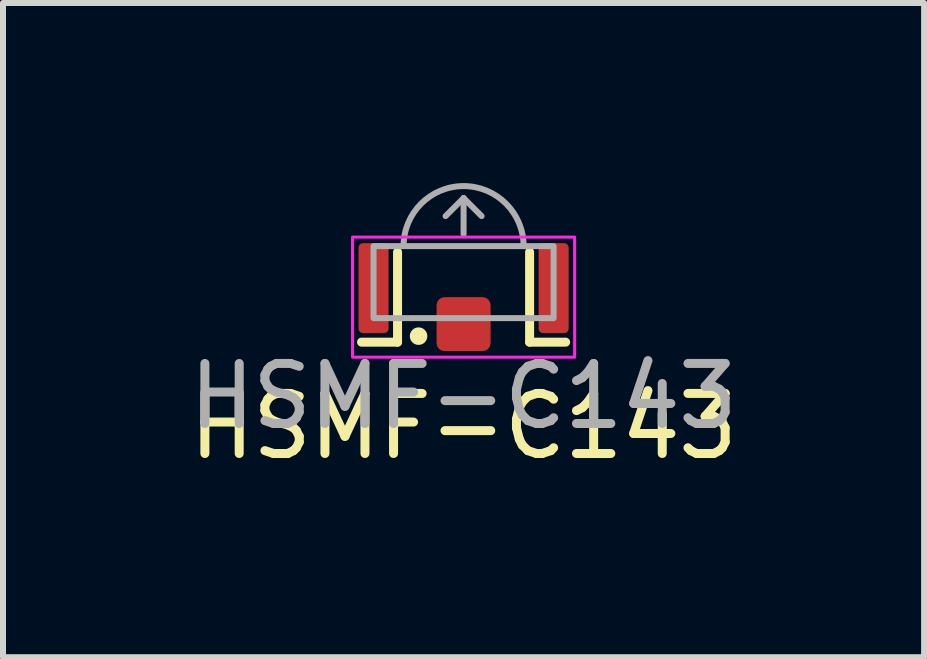
<source format=kicad_pcb>
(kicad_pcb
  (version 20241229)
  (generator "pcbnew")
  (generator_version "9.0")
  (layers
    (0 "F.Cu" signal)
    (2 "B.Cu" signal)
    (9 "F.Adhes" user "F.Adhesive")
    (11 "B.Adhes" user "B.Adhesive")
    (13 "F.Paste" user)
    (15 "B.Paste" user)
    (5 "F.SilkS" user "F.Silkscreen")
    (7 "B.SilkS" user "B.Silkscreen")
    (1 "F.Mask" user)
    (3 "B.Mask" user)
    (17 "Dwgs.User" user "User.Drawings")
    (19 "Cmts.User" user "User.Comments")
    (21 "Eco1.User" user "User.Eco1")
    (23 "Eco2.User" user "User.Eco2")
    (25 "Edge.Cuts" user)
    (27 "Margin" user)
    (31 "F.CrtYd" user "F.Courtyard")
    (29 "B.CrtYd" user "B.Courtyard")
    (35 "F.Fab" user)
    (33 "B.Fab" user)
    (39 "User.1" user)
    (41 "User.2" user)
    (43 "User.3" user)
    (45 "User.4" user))
  (footprint "HSMF-C143"
    (layer "F.Cu")
    (at 4.673 1.05)
    (property "Reference" "HSMF-C143" (at 0 3 0) (unlocked yes) (layer "F.SilkS") (effects (font (size 1 1) (thickness 0.15))))
    (attr smd)
    (fp_line (start -1.1 0.1) (end -1.1 1.6) (stroke (width 0.15) (type default)) (layer "F.SilkS"))
    (fp_line (start -1.1 1.6) (end -1.7 1.6) (stroke (width 0.15) (type default)) (layer "F.SilkS"))
    (fp_line (start 1.1 0.1) (end 1.1 1.6) (stroke (width 0.15) (type default)) (layer "F.SilkS"))
    (fp_line (start 1.1 1.6) (end 1.7 1.6) (stroke (width 0.15) (type default)) (layer "F.SilkS"))
    (fp_circle (center -0.75 1.5) (end -0.679 1.5) (stroke (width 0.15) (type solid)) (fill yes) (layer "F.SilkS"))
    (fp_rect (start -1.85 -0.15) (end 1.85 1.85) (stroke (width 0.05) (type default)) (fill no) (layer "F.CrtYd"))
    (fp_line (start -0.3 -0.5) (end 0 -0.8) (stroke (width 0.1) (type default)) (layer "F.Fab"))
    (fp_line (start 0 -0.8) (end 0.3 -0.5) (stroke (width 0.1) (type default)) (layer "F.Fab"))
    (fp_line (start 0 -0.2) (end 0 -0.8) (stroke (width 0.1) (type default)) (layer "F.Fab"))
    (fp_rect (start -1.5 0) (end 1.5 1.2) (stroke (width 0.1) (type default)) (fill no) (layer "F.Fab"))
    (fp_arc (start -1 0) (mid 0 -1) (end 1 0) (stroke (width 0.1) (type default)) (layer "F.Fab"))
    (fp_text user "${REFERENCE}" (at 0 2.5 0) (unlocked yes) (layer "F.Fab") (effects (font (size 1 1) (thickness 0.15))))
    (pad "1" smd roundrect (at -1.5 0.7) (size 0.5 1.5) (layers "F.Cu" "F.Mask" "F.Paste") (roundrect_rratio 0.15))
    (pad "2" smd roundrect (at 0 1.3) (size 0.9 0.9) (layers "F.Cu" "F.Mask" "F.Paste") (roundrect_rratio 0.15))
    (pad "3" smd roundrect (at 1.5 0.7) (size 0.5 1.5) (layers "F.Cu" "F.Mask" "F.Paste") (roundrect_rratio 0.15)))
  (gr_rect
    (start -3 -3)
    (end 12.345 7.898)
    (stroke (width 0.1) (type default))
    (fill no)
    (layer "Edge.Cuts")))
</source>
